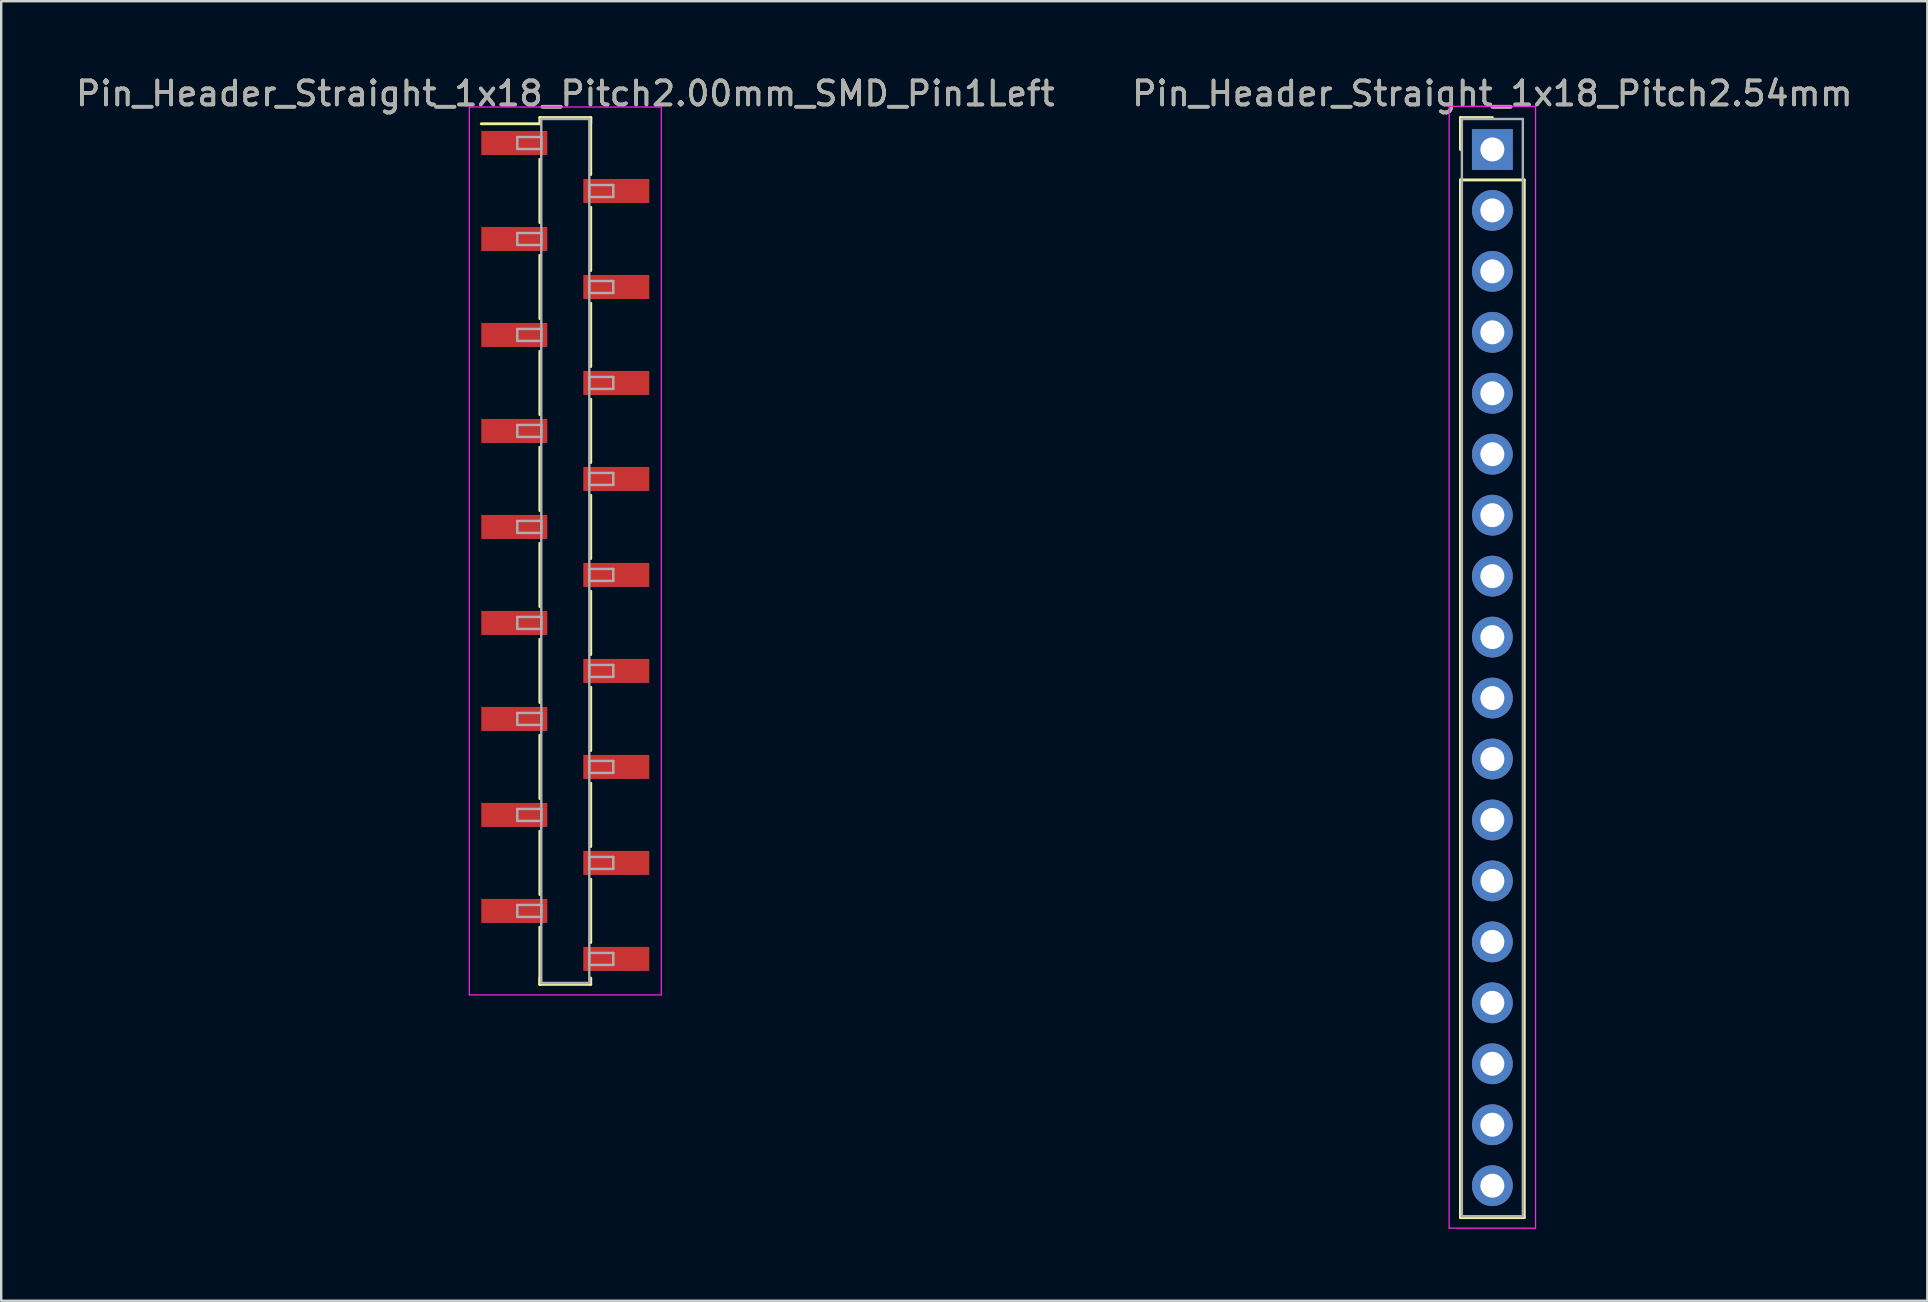
<source format=kicad_pcb>
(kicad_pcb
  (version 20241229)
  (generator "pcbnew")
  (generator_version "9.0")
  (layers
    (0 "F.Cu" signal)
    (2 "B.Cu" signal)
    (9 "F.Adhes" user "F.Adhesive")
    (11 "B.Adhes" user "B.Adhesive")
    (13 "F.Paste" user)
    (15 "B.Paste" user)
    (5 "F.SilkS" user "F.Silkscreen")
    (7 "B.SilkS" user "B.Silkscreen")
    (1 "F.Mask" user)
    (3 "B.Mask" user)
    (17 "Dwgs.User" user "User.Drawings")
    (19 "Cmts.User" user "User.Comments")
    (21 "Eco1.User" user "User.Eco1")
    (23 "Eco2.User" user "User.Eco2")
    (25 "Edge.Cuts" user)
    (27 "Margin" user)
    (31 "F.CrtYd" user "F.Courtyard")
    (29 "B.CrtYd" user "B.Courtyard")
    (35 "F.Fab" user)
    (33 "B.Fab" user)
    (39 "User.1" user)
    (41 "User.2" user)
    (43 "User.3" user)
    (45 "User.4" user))
  (footprint "Pin_Header_Straight_1x18_Pitch2.00mm_SMD_Pin1Left"
    (layer "F.Cu")
    (at 20.506 19.908)
    (property "Reference" "Pin_Header_Straight_1x18_Pitch2.00mm_SMD_Pin1Left" (at 0 -19.06 0) (layer "F.SilkS") (effects (font (size 1 1) (thickness 0.15))))
    (attr smd)
    (fp_line (start -1.06 -18.06) (end 1.06 -18.06) (stroke (width 0.12) (type solid)) (layer "F.SilkS"))
    (fp_line (start -1.06 -17.8) (end -3.5 -17.8) (stroke (width 0.12) (type solid)) (layer "F.SilkS"))
    (fp_line (start -1.06 -17.8) (end -1.06 -18.06) (stroke (width 0.12) (type solid)) (layer "F.SilkS"))
    (fp_line (start -1.06 -16.32) (end -1.06 -13.68) (stroke (width 0.12) (type solid)) (layer "F.SilkS"))
    (fp_line (start -1.06 -12.32) (end -1.06 -9.68) (stroke (width 0.12) (type solid)) (layer "F.SilkS"))
    (fp_line (start -1.06 -8.32) (end -1.06 -5.68) (stroke (width 0.12) (type solid)) (layer "F.SilkS"))
    (fp_line (start -1.06 -4.32) (end -1.06 -1.68) (stroke (width 0.12) (type solid)) (layer "F.SilkS"))
    (fp_line (start -1.06 -0.32) (end -1.06 2.32) (stroke (width 0.12) (type solid)) (layer "F.SilkS"))
    (fp_line (start -1.06 3.68) (end -1.06 6.32) (stroke (width 0.12) (type solid)) (layer "F.SilkS"))
    (fp_line (start -1.06 7.68) (end -1.06 10.32) (stroke (width 0.12) (type solid)) (layer "F.SilkS"))
    (fp_line (start -1.06 11.68) (end -1.06 14.32) (stroke (width 0.12) (type solid)) (layer "F.SilkS"))
    (fp_line (start -1.06 15.68) (end -1.06 18.06) (stroke (width 0.12) (type solid)) (layer "F.SilkS"))
    (fp_line (start -1.06 17.8) (end -1.06 18.06) (stroke (width 0.12) (type solid)) (layer "F.SilkS"))
    (fp_line (start -1.06 18.06) (end 1.06 18.06) (stroke (width 0.12) (type solid)) (layer "F.SilkS"))
    (fp_line (start 1.06 -18.06) (end 1.06 -17.8) (stroke (width 0.12) (type solid)) (layer "F.SilkS"))
    (fp_line (start 1.06 -18.06) (end 1.06 -15.68) (stroke (width 0.12) (type solid)) (layer "F.SilkS"))
    (fp_line (start 1.06 -14.32) (end 1.06 -11.68) (stroke (width 0.12) (type solid)) (layer "F.SilkS"))
    (fp_line (start 1.06 -10.32) (end 1.06 -7.68) (stroke (width 0.12) (type solid)) (layer "F.SilkS"))
    (fp_line (start 1.06 -6.32) (end 1.06 -3.68) (stroke (width 0.12) (type solid)) (layer "F.SilkS"))
    (fp_line (start 1.06 -2.32) (end 1.06 0.32) (stroke (width 0.12) (type solid)) (layer "F.SilkS"))
    (fp_line (start 1.06 1.68) (end 1.06 4.32) (stroke (width 0.12) (type solid)) (layer "F.SilkS"))
    (fp_line (start 1.06 5.68) (end 1.06 8.32) (stroke (width 0.12) (type solid)) (layer "F.SilkS"))
    (fp_line (start 1.06 9.68) (end 1.06 12.32) (stroke (width 0.12) (type solid)) (layer "F.SilkS"))
    (fp_line (start 1.06 13.68) (end 1.06 16.32) (stroke (width 0.12) (type solid)) (layer "F.SilkS"))
    (fp_line (start 1.06 18.06) (end 1.06 17.8) (stroke (width 0.12) (type solid)) (layer "F.SilkS"))
    (fp_line (start -4 -18.5) (end -4 18.5) (stroke (width 0.05) (type solid)) (layer "F.CrtYd"))
    (fp_line (start -4 18.5) (end 4 18.5) (stroke (width 0.05) (type solid)) (layer "F.CrtYd"))
    (fp_line (start 4 -18.5) (end -4 -18.5) (stroke (width 0.05) (type solid)) (layer "F.CrtYd"))
    (fp_line (start 4 18.5) (end 4 -18.5) (stroke (width 0.05) (type solid)) (layer "F.CrtYd"))
    (fp_line (start -2 -17.25) (end -1 -17.25) (stroke (width 0.1) (type solid)) (layer "F.Fab"))
    (fp_line (start -2 -16.75) (end -2 -17.25) (stroke (width 0.1) (type solid)) (layer "F.Fab"))
    (fp_line (start -2 -13.25) (end -1 -13.25) (stroke (width 0.1) (type solid)) (layer "F.Fab"))
    (fp_line (start -2 -12.75) (end -2 -13.25) (stroke (width 0.1) (type solid)) (layer "F.Fab"))
    (fp_line (start -2 -9.25) (end -1 -9.25) (stroke (width 0.1) (type solid)) (layer "F.Fab"))
    (fp_line (start -2 -8.75) (end -2 -9.25) (stroke (width 0.1) (type solid)) (layer "F.Fab"))
    (fp_line (start -2 -5.25) (end -1 -5.25) (stroke (width 0.1) (type solid)) (layer "F.Fab"))
    (fp_line (start -2 -4.75) (end -2 -5.25) (stroke (width 0.1) (type solid)) (layer "F.Fab"))
    (fp_line (start -2 -1.25) (end -1 -1.25) (stroke (width 0.1) (type solid)) (layer "F.Fab"))
    (fp_line (start -2 -0.75) (end -2 -1.25) (stroke (width 0.1) (type solid)) (layer "F.Fab"))
    (fp_line (start -2 2.75) (end -1 2.75) (stroke (width 0.1) (type solid)) (layer "F.Fab"))
    (fp_line (start -2 3.25) (end -2 2.75) (stroke (width 0.1) (type solid)) (layer "F.Fab"))
    (fp_line (start -2 6.75) (end -1 6.75) (stroke (width 0.1) (type solid)) (layer "F.Fab"))
    (fp_line (start -2 7.25) (end -2 6.75) (stroke (width 0.1) (type solid)) (layer "F.Fab"))
    (fp_line (start -2 10.75) (end -1 10.75) (stroke (width 0.1) (type solid)) (layer "F.Fab"))
    (fp_line (start -2 11.25) (end -2 10.75) (stroke (width 0.1) (type solid)) (layer "F.Fab"))
    (fp_line (start -2 14.75) (end -1 14.75) (stroke (width 0.1) (type solid)) (layer "F.Fab"))
    (fp_line (start -2 15.25) (end -2 14.75) (stroke (width 0.1) (type solid)) (layer "F.Fab"))
    (fp_line (start -1 -18) (end -1 18) (stroke (width 0.1) (type solid)) (layer "F.Fab"))
    (fp_line (start -1 -17.25) (end -1 -16.75) (stroke (width 0.1) (type solid)) (layer "F.Fab"))
    (fp_line (start -1 -16.75) (end -2 -16.75) (stroke (width 0.1) (type solid)) (layer "F.Fab"))
    (fp_line (start -1 -13.25) (end -1 -12.75) (stroke (width 0.1) (type solid)) (layer "F.Fab"))
    (fp_line (start -1 -12.75) (end -2 -12.75) (stroke (width 0.1) (type solid)) (layer "F.Fab"))
    (fp_line (start -1 -9.25) (end -1 -8.75) (stroke (width 0.1) (type solid)) (layer "F.Fab"))
    (fp_line (start -1 -8.75) (end -2 -8.75) (stroke (width 0.1) (type solid)) (layer "F.Fab"))
    (fp_line (start -1 -5.25) (end -1 -4.75) (stroke (width 0.1) (type solid)) (layer "F.Fab"))
    (fp_line (start -1 -4.75) (end -2 -4.75) (stroke (width 0.1) (type solid)) (layer "F.Fab"))
    (fp_line (start -1 -1.25) (end -1 -0.75) (stroke (width 0.1) (type solid)) (layer "F.Fab"))
    (fp_line (start -1 -0.75) (end -2 -0.75) (stroke (width 0.1) (type solid)) (layer "F.Fab"))
    (fp_line (start -1 2.75) (end -1 3.25) (stroke (width 0.1) (type solid)) (layer "F.Fab"))
    (fp_line (start -1 3.25) (end -2 3.25) (stroke (width 0.1) (type solid)) (layer "F.Fab"))
    (fp_line (start -1 6.75) (end -1 7.25) (stroke (width 0.1) (type solid)) (layer "F.Fab"))
    (fp_line (start -1 7.25) (end -2 7.25) (stroke (width 0.1) (type solid)) (layer "F.Fab"))
    (fp_line (start -1 10.75) (end -1 11.25) (stroke (width 0.1) (type solid)) (layer "F.Fab"))
    (fp_line (start -1 11.25) (end -2 11.25) (stroke (width 0.1) (type solid)) (layer "F.Fab"))
    (fp_line (start -1 14.75) (end -1 15.25) (stroke (width 0.1) (type solid)) (layer "F.Fab"))
    (fp_line (start -1 15.25) (end -2 15.25) (stroke (width 0.1) (type solid)) (layer "F.Fab"))
    (fp_line (start -1 18) (end 1 18) (stroke (width 0.1) (type solid)) (layer "F.Fab"))
    (fp_line (start 1 -18) (end -1 -18) (stroke (width 0.1) (type solid)) (layer "F.Fab"))
    (fp_line (start 1 -15.25) (end 1 -14.75) (stroke (width 0.1) (type solid)) (layer "F.Fab"))
    (fp_line (start 1 -14.75) (end 2 -14.75) (stroke (width 0.1) (type solid)) (layer "F.Fab"))
    (fp_line (start 1 -11.25) (end 1 -10.75) (stroke (width 0.1) (type solid)) (layer "F.Fab"))
    (fp_line (start 1 -10.75) (end 2 -10.75) (stroke (width 0.1) (type solid)) (layer "F.Fab"))
    (fp_line (start 1 -7.25) (end 1 -6.75) (stroke (width 0.1) (type solid)) (layer "F.Fab"))
    (fp_line (start 1 -6.75) (end 2 -6.75) (stroke (width 0.1) (type solid)) (layer "F.Fab"))
    (fp_line (start 1 -3.25) (end 1 -2.75) (stroke (width 0.1) (type solid)) (layer "F.Fab"))
    (fp_line (start 1 -2.75) (end 2 -2.75) (stroke (width 0.1) (type solid)) (layer "F.Fab"))
    (fp_line (start 1 0.75) (end 1 1.25) (stroke (width 0.1) (type solid)) (layer "F.Fab"))
    (fp_line (start 1 1.25) (end 2 1.25) (stroke (width 0.1) (type solid)) (layer "F.Fab"))
    (fp_line (start 1 4.75) (end 1 5.25) (stroke (width 0.1) (type solid)) (layer "F.Fab"))
    (fp_line (start 1 5.25) (end 2 5.25) (stroke (width 0.1) (type solid)) (layer "F.Fab"))
    (fp_line (start 1 8.75) (end 1 9.25) (stroke (width 0.1) (type solid)) (layer "F.Fab"))
    (fp_line (start 1 9.25) (end 2 9.25) (stroke (width 0.1) (type solid)) (layer "F.Fab"))
    (fp_line (start 1 12.75) (end 1 13.25) (stroke (width 0.1) (type solid)) (layer "F.Fab"))
    (fp_line (start 1 13.25) (end 2 13.25) (stroke (width 0.1) (type solid)) (layer "F.Fab"))
    (fp_line (start 1 16.75) (end 1 17.25) (stroke (width 0.1) (type solid)) (layer "F.Fab"))
    (fp_line (start 1 17.25) (end 2 17.25) (stroke (width 0.1) (type solid)) (layer "F.Fab"))
    (fp_line (start 1 18) (end 1 -18) (stroke (width 0.1) (type solid)) (layer "F.Fab"))
    (fp_line (start 2 -15.25) (end 1 -15.25) (stroke (width 0.1) (type solid)) (layer "F.Fab"))
    (fp_line (start 2 -14.75) (end 2 -15.25) (stroke (width 0.1) (type solid)) (layer "F.Fab"))
    (fp_line (start 2 -11.25) (end 1 -11.25) (stroke (width 0.1) (type solid)) (layer "F.Fab"))
    (fp_line (start 2 -10.75) (end 2 -11.25) (stroke (width 0.1) (type solid)) (layer "F.Fab"))
    (fp_line (start 2 -7.25) (end 1 -7.25) (stroke (width 0.1) (type solid)) (layer "F.Fab"))
    (fp_line (start 2 -6.75) (end 2 -7.25) (stroke (width 0.1) (type solid)) (layer "F.Fab"))
    (fp_line (start 2 -3.25) (end 1 -3.25) (stroke (width 0.1) (type solid)) (layer "F.Fab"))
    (fp_line (start 2 -2.75) (end 2 -3.25) (stroke (width 0.1) (type solid)) (layer "F.Fab"))
    (fp_line (start 2 0.75) (end 1 0.75) (stroke (width 0.1) (type solid)) (layer "F.Fab"))
    (fp_line (start 2 1.25) (end 2 0.75) (stroke (width 0.1) (type solid)) (layer "F.Fab"))
    (fp_line (start 2 4.75) (end 1 4.75) (stroke (width 0.1) (type solid)) (layer "F.Fab"))
    (fp_line (start 2 5.25) (end 2 4.75) (stroke (width 0.1) (type solid)) (layer "F.Fab"))
    (fp_line (start 2 8.75) (end 1 8.75) (stroke (width 0.1) (type solid)) (layer "F.Fab"))
    (fp_line (start 2 9.25) (end 2 8.75) (stroke (width 0.1) (type solid)) (layer "F.Fab"))
    (fp_line (start 2 12.75) (end 1 12.75) (stroke (width 0.1) (type solid)) (layer "F.Fab"))
    (fp_line (start 2 13.25) (end 2 12.75) (stroke (width 0.1) (type solid)) (layer "F.Fab"))
    (fp_line (start 2 16.75) (end 1 16.75) (stroke (width 0.1) (type solid)) (layer "F.Fab"))
    (fp_line (start 2 17.25) (end 2 16.75) (stroke (width 0.1) (type solid)) (layer "F.Fab"))
    (fp_text user "${REFERENCE}" (at 0 -19.06 0) (layer "F.Fab") (effects (font (size 1 1) (thickness 0.15))))
    (pad "1" smd rect (at -2.125 -17) (size 2.75 1) (layers "F.Cu" "F.Mask" "F.Paste"))
    (pad "2" smd rect (at 2.125 -15) (size 2.75 1) (layers "F.Cu" "F.Mask" "F.Paste"))
    (pad "3" smd rect (at -2.125 -13) (size 2.75 1) (layers "F.Cu" "F.Mask" "F.Paste"))
    (pad "4" smd rect (at 2.125 -11) (size 2.75 1) (layers "F.Cu" "F.Mask" "F.Paste"))
    (pad "5" smd rect (at -2.125 -9) (size 2.75 1) (layers "F.Cu" "F.Mask" "F.Paste"))
    (pad "6" smd rect (at 2.125 -7) (size 2.75 1) (layers "F.Cu" "F.Mask" "F.Paste"))
    (pad "7" smd rect (at -2.125 -5) (size 2.75 1) (layers "F.Cu" "F.Mask" "F.Paste"))
    (pad "8" smd rect (at 2.125 -3) (size 2.75 1) (layers "F.Cu" "F.Mask" "F.Paste"))
    (pad "9" smd rect (at -2.125 -1) (size 2.75 1) (layers "F.Cu" "F.Mask" "F.Paste"))
    (pad "10" smd rect (at 2.125 1) (size 2.75 1) (layers "F.Cu" "F.Mask" "F.Paste"))
    (pad "11" smd rect (at -2.125 3) (size 2.75 1) (layers "F.Cu" "F.Mask" "F.Paste"))
    (pad "12" smd rect (at 2.125 5) (size 2.75 1) (layers "F.Cu" "F.Mask" "F.Paste"))
    (pad "13" smd rect (at -2.125 7) (size 2.75 1) (layers "F.Cu" "F.Mask" "F.Paste"))
    (pad "14" smd rect (at 2.125 9) (size 2.75 1) (layers "F.Cu" "F.Mask" "F.Paste"))
    (pad "15" smd rect (at -2.125 11) (size 2.75 1) (layers "F.Cu" "F.Mask" "F.Paste"))
    (pad "16" smd rect (at 2.125 13) (size 2.75 1) (layers "F.Cu" "F.Mask" "F.Paste"))
    (pad "17" smd rect (at -2.125 15) (size 2.75 1) (layers "F.Cu" "F.Mask" "F.Paste"))
    (pad "18" smd rect (at 2.125 17) (size 2.75 1) (layers "F.Cu" "F.Mask" "F.Paste")))
  (footprint "Pin_Header_Straight_1x18_Pitch2.54mm"
    (layer "F.Cu")
    (at 59.137 3.178)
    (property "Reference" "Pin_Header_Straight_1x18_Pitch2.54mm" (at 0 -2.33 0) (layer "F.SilkS") (effects (font (size 1 1) (thickness 0.15))))
    (attr through_hole)
    (fp_line (start -1.33 -1.33) (end 0 -1.33) (stroke (width 0.12) (type solid)) (layer "F.SilkS"))
    (fp_line (start -1.33 0) (end -1.33 -1.33) (stroke (width 0.12) (type solid)) (layer "F.SilkS"))
    (fp_line (start -1.33 1.27) (end -1.33 44.51) (stroke (width 0.12) (type solid)) (layer "F.SilkS"))
    (fp_line (start -1.33 44.51) (end 1.33 44.51) (stroke (width 0.12) (type solid)) (layer "F.SilkS"))
    (fp_line (start 1.33 1.27) (end -1.33 1.27) (stroke (width 0.12) (type solid)) (layer "F.SilkS"))
    (fp_line (start 1.33 44.51) (end 1.33 1.27) (stroke (width 0.12) (type solid)) (layer "F.SilkS"))
    (fp_line (start -1.8 -1.8) (end -1.8 44.95) (stroke (width 0.05) (type solid)) (layer "F.CrtYd"))
    (fp_line (start -1.8 44.95) (end 1.8 44.95) (stroke (width 0.05) (type solid)) (layer "F.CrtYd"))
    (fp_line (start 1.8 -1.8) (end -1.8 -1.8) (stroke (width 0.05) (type solid)) (layer "F.CrtYd"))
    (fp_line (start 1.8 44.95) (end 1.8 -1.8) (stroke (width 0.05) (type solid)) (layer "F.CrtYd"))
    (fp_line (start -1.27 -1.27) (end -1.27 44.45) (stroke (width 0.1) (type solid)) (layer "F.Fab"))
    (fp_line (start -1.27 44.45) (end 1.27 44.45) (stroke (width 0.1) (type solid)) (layer "F.Fab"))
    (fp_line (start 1.27 -1.27) (end -1.27 -1.27) (stroke (width 0.1) (type solid)) (layer "F.Fab"))
    (fp_line (start 1.27 44.45) (end 1.27 -1.27) (stroke (width 0.1) (type solid)) (layer "F.Fab"))
    (fp_text user "${REFERENCE}" (at 0 -2.33 0) (layer "F.Fab") (effects (font (size 1 1) (thickness 0.15))))
    (pad "1" thru_hole rect (at 0 0) (size 1.7 1.7) (drill 1) (layers "*.Cu" "*.Mask"))
    (pad "2" thru_hole oval (at 0 2.54) (size 1.7 1.7) (drill 1) (layers "*.Cu" "*.Mask"))
    (pad "3" thru_hole oval (at 0 5.08) (size 1.7 1.7) (drill 1) (layers "*.Cu" "*.Mask"))
    (pad "4" thru_hole oval (at 0 7.62) (size 1.7 1.7) (drill 1) (layers "*.Cu" "*.Mask"))
    (pad "5" thru_hole oval (at 0 10.16) (size 1.7 1.7) (drill 1) (layers "*.Cu" "*.Mask"))
    (pad "6" thru_hole oval (at 0 12.7) (size 1.7 1.7) (drill 1) (layers "*.Cu" "*.Mask"))
    (pad "7" thru_hole oval (at 0 15.24) (size 1.7 1.7) (drill 1) (layers "*.Cu" "*.Mask"))
    (pad "8" thru_hole oval (at 0 17.78) (size 1.7 1.7) (drill 1) (layers "*.Cu" "*.Mask"))
    (pad "9" thru_hole oval (at 0 20.32) (size 1.7 1.7) (drill 1) (layers "*.Cu" "*.Mask"))
    (pad "10" thru_hole oval (at 0 22.86) (size 1.7 1.7) (drill 1) (layers "*.Cu" "*.Mask"))
    (pad "11" thru_hole oval (at 0 25.4) (size 1.7 1.7) (drill 1) (layers "*.Cu" "*.Mask"))
    (pad "12" thru_hole oval (at 0 27.94) (size 1.7 1.7) (drill 1) (layers "*.Cu" "*.Mask"))
    (pad "13" thru_hole oval (at 0 30.48) (size 1.7 1.7) (drill 1) (layers "*.Cu" "*.Mask"))
    (pad "14" thru_hole oval (at 0 33.02) (size 1.7 1.7) (drill 1) (layers "*.Cu" "*.Mask"))
    (pad "15" thru_hole oval (at 0 35.56) (size 1.7 1.7) (drill 1) (layers "*.Cu" "*.Mask"))
    (pad "16" thru_hole oval (at 0 38.1) (size 1.7 1.7) (drill 1) (layers "*.Cu" "*.Mask"))
    (pad "17" thru_hole oval (at 0 40.64) (size 1.7 1.7) (drill 1) (layers "*.Cu" "*.Mask"))
    (pad "18" thru_hole oval (at 0 43.18) (size 1.7 1.7) (drill 1) (layers "*.Cu" "*.Mask")))
  (gr_rect
    (start -3 -3)
    (end 77.262 51.153)
    (stroke (width 0.1) (type default))
    (fill no)
    (layer "Edge.Cuts")))
</source>
